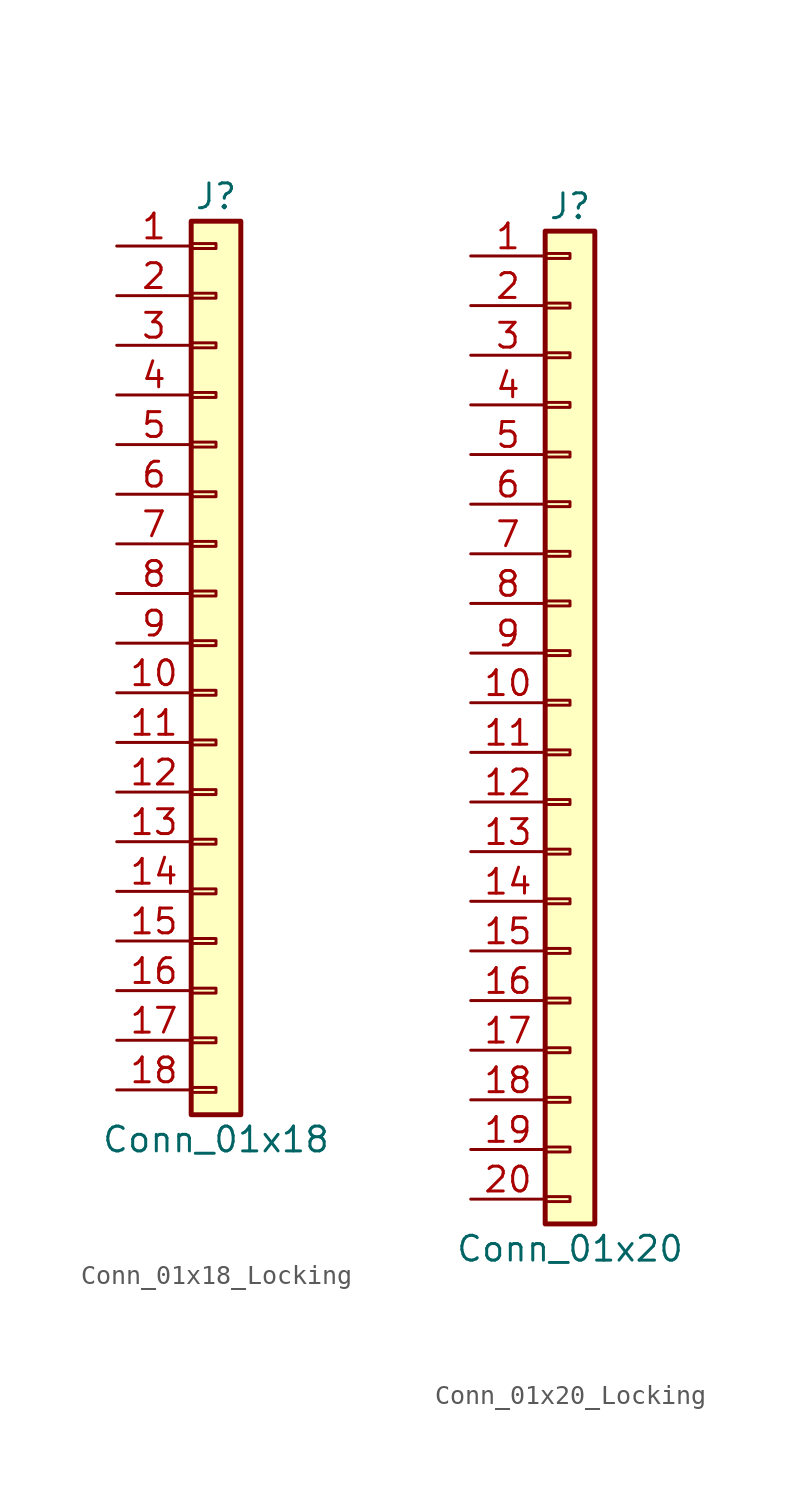
<source format=kicad_sym>
(kicad_symbol_lib
  (version 20241209)
  (generator "kicad_symbol_editor")
  (generator_version "9.0")
  (symbol "Conn_01x18_Locking"
    (pin_names
      (offset 1.016)
      (hide yes))
    (property "Reference" "J"
      (at 0 22.86 0)
      (effects (font (size 1.27 1.27))))
    (property "Value" "Conn_01x18"
      (at 0 -25.4 0)
      (effects (font (size 1.27 1.27))))
    (symbol "Conn_01x18_Locking_1_1"
      (rectangle (start -1.27 21.59) (end 1.27 -24.13) (stroke (width 0.254) (type default)) (fill (type background)))
      (rectangle (start -1.27 20.447) (end 0 20.193) (stroke (width 0.152) (type default)) (fill (type none)))
      (rectangle (start -1.27 17.907) (end 0 17.653) (stroke (width 0.152) (type default)) (fill (type none)))
      (rectangle (start -1.27 15.367) (end 0 15.113) (stroke (width 0.152) (type default)) (fill (type none)))
      (rectangle (start -1.27 12.827) (end 0 12.573) (stroke (width 0.152) (type default)) (fill (type none)))
      (rectangle (start -1.27 10.287) (end 0 10.033) (stroke (width 0.152) (type default)) (fill (type none)))
      (rectangle (start -1.27 7.747) (end 0 7.493) (stroke (width 0.152) (type default)) (fill (type none)))
      (rectangle (start -1.27 5.207) (end 0 4.953) (stroke (width 0.152) (type default)) (fill (type none)))
      (rectangle (start -1.27 2.667) (end 0 2.413) (stroke (width 0.152) (type default)) (fill (type none)))
      (rectangle (start -1.27 0.127) (end 0 -0.127) (stroke (width 0.152) (type default)) (fill (type none)))
      (rectangle (start -1.27 -2.413) (end 0 -2.667) (stroke (width 0.152) (type default)) (fill (type none)))
      (rectangle (start -1.27 -4.953) (end 0 -5.207) (stroke (width 0.152) (type default)) (fill (type none)))
      (rectangle (start -1.27 -7.493) (end 0 -7.747) (stroke (width 0.152) (type default)) (fill (type none)))
      (rectangle (start -1.27 -10.033) (end 0 -10.287) (stroke (width 0.152) (type default)) (fill (type none)))
      (rectangle (start -1.27 -12.573) (end 0 -12.827) (stroke (width 0.152) (type default)) (fill (type none)))
      (rectangle (start -1.27 -15.113) (end 0 -15.367) (stroke (width 0.152) (type default)) (fill (type none)))
      (rectangle (start -1.27 -17.653) (end 0 -17.907) (stroke (width 0.152) (type default)) (fill (type none)))
      (rectangle (start -1.27 -20.193) (end 0 -20.447) (stroke (width 0.152) (type default)) (fill (type none)))
      (rectangle (start -1.27 -22.733) (end 0 -22.987) (stroke (width 0.152) (type default)) (fill (type none)))
      (pin passive line (at -5.08 20.32 0) (length 3.81) (name "Pin_1" (effects (font (size 1.27 1.27)))) (number "1" (effects (font (size 1.27 1.27)))))
      (pin passive line (at -5.08 17.78 0) (length 3.81) (name "Pin_2" (effects (font (size 1.27 1.27)))) (number "2" (effects (font (size 1.27 1.27)))))
      (pin passive line (at -5.08 15.24 0) (length 3.81) (name "Pin_3" (effects (font (size 1.27 1.27)))) (number "3" (effects (font (size 1.27 1.27)))))
      (pin passive line (at -5.08 12.7 0) (length 3.81) (name "Pin_4" (effects (font (size 1.27 1.27)))) (number "4" (effects (font (size 1.27 1.27)))))
      (pin passive line (at -5.08 10.16 0) (length 3.81) (name "Pin_5" (effects (font (size 1.27 1.27)))) (number "5" (effects (font (size 1.27 1.27)))))
      (pin passive line (at -5.08 7.62 0) (length 3.81) (name "Pin_6" (effects (font (size 1.27 1.27)))) (number "6" (effects (font (size 1.27 1.27)))))
      (pin passive line (at -5.08 5.08 0) (length 3.81) (name "Pin_7" (effects (font (size 1.27 1.27)))) (number "7" (effects (font (size 1.27 1.27)))))
      (pin passive line (at -5.08 2.54 0) (length 3.81) (name "Pin_8" (effects (font (size 1.27 1.27)))) (number "8" (effects (font (size 1.27 1.27)))))
      (pin passive line (at -5.08 0 0) (length 3.81) (name "Pin_9" (effects (font (size 1.27 1.27)))) (number "9" (effects (font (size 1.27 1.27)))))
      (pin passive line (at -5.08 -2.54 0) (length 3.81) (name "Pin_10" (effects (font (size 1.27 1.27)))) (number "10" (effects (font (size 1.27 1.27)))))
      (pin passive line (at -5.08 -5.08 0) (length 3.81) (name "Pin_11" (effects (font (size 1.27 1.27)))) (number "11" (effects (font (size 1.27 1.27)))))
      (pin passive line (at -5.08 -7.62 0) (length 3.81) (name "Pin_12" (effects (font (size 1.27 1.27)))) (number "12" (effects (font (size 1.27 1.27)))))
      (pin passive line (at -5.08 -10.16 0) (length 3.81) (name "Pin_13" (effects (font (size 1.27 1.27)))) (number "13" (effects (font (size 1.27 1.27)))))
      (pin passive line (at -5.08 -12.7 0) (length 3.81) (name "Pin_14" (effects (font (size 1.27 1.27)))) (number "14" (effects (font (size 1.27 1.27)))))
      (pin passive line (at -5.08 -15.24 0) (length 3.81) (name "Pin_15" (effects (font (size 1.27 1.27)))) (number "15" (effects (font (size 1.27 1.27)))))
      (pin passive line (at -5.08 -17.78 0) (length 3.81) (name "Pin_16" (effects (font (size 1.27 1.27)))) (number "16" (effects (font (size 1.27 1.27)))))
      (pin passive line (at -5.08 -20.32 0) (length 3.81) (name "Pin_17" (effects (font (size 1.27 1.27)))) (number "17" (effects (font (size 1.27 1.27)))))
      (pin passive line (at -5.08 -22.86 0) (length 3.81) (name "Pin_18" (effects (font (size 1.27 1.27)))) (number "18" (effects (font (size 1.27 1.27)))))))
  (symbol "Conn_01x20_Locking"
    (pin_names
      (offset 1.016)
      (hide yes))
    (property "Reference" "J"
      (at 0 25.4 0)
      (effects (font (size 1.27 1.27))))
    (property "Value" "Conn_01x20"
      (at 0 -27.94 0)
      (effects (font (size 1.27 1.27))))
    (symbol "Conn_01x20_Locking_1_1"
      (rectangle (start -1.27 24.13) (end 1.27 -26.67) (stroke (width 0.254) (type default)) (fill (type background)))
      (rectangle (start -1.27 22.987) (end 0 22.733) (stroke (width 0.152) (type default)) (fill (type none)))
      (rectangle (start -1.27 20.447) (end 0 20.193) (stroke (width 0.152) (type default)) (fill (type none)))
      (rectangle (start -1.27 17.907) (end 0 17.653) (stroke (width 0.152) (type default)) (fill (type none)))
      (rectangle (start -1.27 15.367) (end 0 15.113) (stroke (width 0.152) (type default)) (fill (type none)))
      (rectangle (start -1.27 12.827) (end 0 12.573) (stroke (width 0.152) (type default)) (fill (type none)))
      (rectangle (start -1.27 10.287) (end 0 10.033) (stroke (width 0.152) (type default)) (fill (type none)))
      (rectangle (start -1.27 7.747) (end 0 7.493) (stroke (width 0.152) (type default)) (fill (type none)))
      (rectangle (start -1.27 5.207) (end 0 4.953) (stroke (width 0.152) (type default)) (fill (type none)))
      (rectangle (start -1.27 2.667) (end 0 2.413) (stroke (width 0.152) (type default)) (fill (type none)))
      (rectangle (start -1.27 0.127) (end 0 -0.127) (stroke (width 0.152) (type default)) (fill (type none)))
      (rectangle (start -1.27 -2.413) (end 0 -2.667) (stroke (width 0.152) (type default)) (fill (type none)))
      (rectangle (start -1.27 -4.953) (end 0 -5.207) (stroke (width 0.152) (type default)) (fill (type none)))
      (rectangle (start -1.27 -7.493) (end 0 -7.747) (stroke (width 0.152) (type default)) (fill (type none)))
      (rectangle (start -1.27 -10.033) (end 0 -10.287) (stroke (width 0.152) (type default)) (fill (type none)))
      (rectangle (start -1.27 -12.573) (end 0 -12.827) (stroke (width 0.152) (type default)) (fill (type none)))
      (rectangle (start -1.27 -15.113) (end 0 -15.367) (stroke (width 0.152) (type default)) (fill (type none)))
      (rectangle (start -1.27 -17.653) (end 0 -17.907) (stroke (width 0.152) (type default)) (fill (type none)))
      (rectangle (start -1.27 -20.193) (end 0 -20.447) (stroke (width 0.152) (type default)) (fill (type none)))
      (rectangle (start -1.27 -22.733) (end 0 -22.987) (stroke (width 0.152) (type default)) (fill (type none)))
      (rectangle (start -1.27 -25.273) (end 0 -25.527) (stroke (width 0.152) (type default)) (fill (type none)))
      (pin passive line (at -5.08 22.86 0) (length 3.81) (name "Pin_1" (effects (font (size 1.27 1.27)))) (number "1" (effects (font (size 1.27 1.27)))))
      (pin passive line (at -5.08 20.32 0) (length 3.81) (name "Pin_2" (effects (font (size 1.27 1.27)))) (number "2" (effects (font (size 1.27 1.27)))))
      (pin passive line (at -5.08 17.78 0) (length 3.81) (name "Pin_3" (effects (font (size 1.27 1.27)))) (number "3" (effects (font (size 1.27 1.27)))))
      (pin passive line (at -5.08 15.24 0) (length 3.81) (name "Pin_4" (effects (font (size 1.27 1.27)))) (number "4" (effects (font (size 1.27 1.27)))))
      (pin passive line (at -5.08 12.7 0) (length 3.81) (name "Pin_5" (effects (font (size 1.27 1.27)))) (number "5" (effects (font (size 1.27 1.27)))))
      (pin passive line (at -5.08 10.16 0) (length 3.81) (name "Pin_6" (effects (font (size 1.27 1.27)))) (number "6" (effects (font (size 1.27 1.27)))))
      (pin passive line (at -5.08 7.62 0) (length 3.81) (name "Pin_7" (effects (font (size 1.27 1.27)))) (number "7" (effects (font (size 1.27 1.27)))))
      (pin passive line (at -5.08 5.08 0) (length 3.81) (name "Pin_8" (effects (font (size 1.27 1.27)))) (number "8" (effects (font (size 1.27 1.27)))))
      (pin passive line (at -5.08 2.54 0) (length 3.81) (name "Pin_9" (effects (font (size 1.27 1.27)))) (number "9" (effects (font (size 1.27 1.27)))))
      (pin passive line (at -5.08 0 0) (length 3.81) (name "Pin_10" (effects (font (size 1.27 1.27)))) (number "10" (effects (font (size 1.27 1.27)))))
      (pin passive line (at -5.08 -2.54 0) (length 3.81) (name "Pin_11" (effects (font (size 1.27 1.27)))) (number "11" (effects (font (size 1.27 1.27)))))
      (pin passive line (at -5.08 -5.08 0) (length 3.81) (name "Pin_12" (effects (font (size 1.27 1.27)))) (number "12" (effects (font (size 1.27 1.27)))))
      (pin passive line (at -5.08 -7.62 0) (length 3.81) (name "Pin_13" (effects (font (size 1.27 1.27)))) (number "13" (effects (font (size 1.27 1.27)))))
      (pin passive line (at -5.08 -10.16 0) (length 3.81) (name "Pin_14" (effects (font (size 1.27 1.27)))) (number "14" (effects (font (size 1.27 1.27)))))
      (pin passive line (at -5.08 -12.7 0) (length 3.81) (name "Pin_15" (effects (font (size 1.27 1.27)))) (number "15" (effects (font (size 1.27 1.27)))))
      (pin passive line (at -5.08 -15.24 0) (length 3.81) (name "Pin_16" (effects (font (size 1.27 1.27)))) (number "16" (effects (font (size 1.27 1.27)))))
      (pin passive line (at -5.08 -17.78 0) (length 3.81) (name "Pin_17" (effects (font (size 1.27 1.27)))) (number "17" (effects (font (size 1.27 1.27)))))
      (pin passive line (at -5.08 -20.32 0) (length 3.81) (name "Pin_18" (effects (font (size 1.27 1.27)))) (number "18" (effects (font (size 1.27 1.27)))))
      (pin passive line (at -5.08 -22.86 0) (length 3.81) (name "Pin_19" (effects (font (size 1.27 1.27)))) (number "19" (effects (font (size 1.27 1.27)))))
      (pin passive line (at -5.08 -25.4 0) (length 3.81) (name "Pin_20" (effects (font (size 1.27 1.27)))) (number "20" (effects (font (size 1.27 1.27))))))))
</source>
